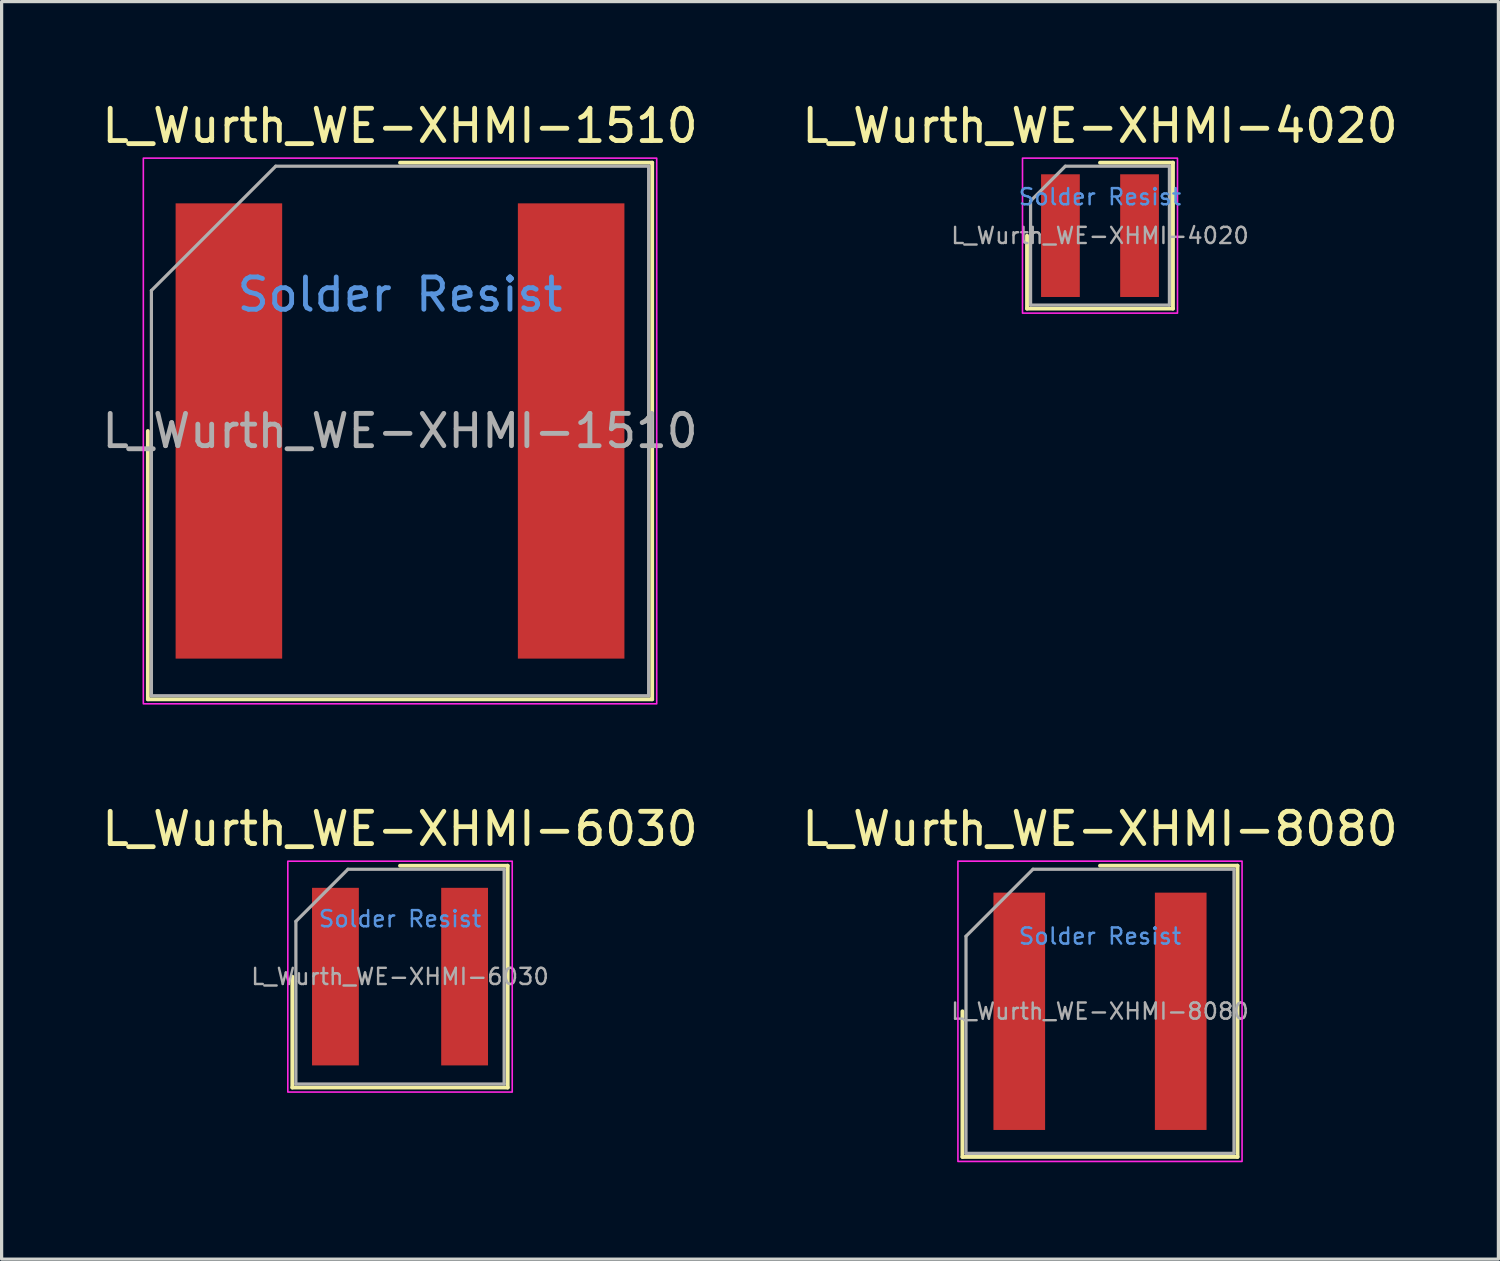
<source format=kicad_pcb>
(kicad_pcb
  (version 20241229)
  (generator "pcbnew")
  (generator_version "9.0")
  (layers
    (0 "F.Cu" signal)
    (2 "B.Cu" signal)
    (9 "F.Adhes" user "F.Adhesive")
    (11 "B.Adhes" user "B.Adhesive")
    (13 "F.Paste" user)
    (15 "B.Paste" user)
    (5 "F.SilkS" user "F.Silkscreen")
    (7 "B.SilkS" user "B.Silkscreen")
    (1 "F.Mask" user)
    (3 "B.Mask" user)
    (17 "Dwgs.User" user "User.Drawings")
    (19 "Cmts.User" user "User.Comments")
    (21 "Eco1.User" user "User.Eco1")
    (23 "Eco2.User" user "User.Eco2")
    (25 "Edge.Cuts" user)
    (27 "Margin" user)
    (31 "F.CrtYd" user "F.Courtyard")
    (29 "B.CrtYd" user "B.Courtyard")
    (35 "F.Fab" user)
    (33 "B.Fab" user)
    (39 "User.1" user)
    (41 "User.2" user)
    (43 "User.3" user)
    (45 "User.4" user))
  (footprint "L_Wurth_WE-XHMI-4020"
    (layer "F.Cu")
    (at 31.018 4.248)
    (property "Reference" "L_Wurth_WE-XHMI-4020" (at 0 -3.4 0) (unlocked yes) (layer "F.SilkS") (effects (font (size 1 1) (thickness 0.15))))
    (attr smd)
    (fp_line (start -2.26 2.26) (end -2.26 0) (stroke (width 0.12) (type solid)) (layer "F.SilkS"))
    (fp_line (start -2.26 2.26) (end 2.26 2.26) (stroke (width 0.12) (type solid)) (layer "F.SilkS"))
    (fp_line (start 0 -2.26) (end 2.26 -2.26) (stroke (width 0.12) (type solid)) (layer "F.SilkS"))
    (fp_line (start 2.26 -2.26) (end 2.26 2.26) (stroke (width 0.12) (type solid)) (layer "F.SilkS"))
    (fp_rect (start -2.4 -2.4) (end 2.4 2.4) (stroke (width 0.05) (type solid)) (fill no) (layer "F.CrtYd"))
    (fp_line (start -2.15 -1.075) (end -2.15 2.15) (stroke (width 0.1) (type solid)) (layer "F.Fab"))
    (fp_line (start -2.15 2.15) (end 2.15 2.15) (stroke (width 0.1) (type solid)) (layer "F.Fab"))
    (fp_line (start -1.075 -2.15) (end -2.15 -1.075) (stroke (width 0.1) (type solid)) (layer "F.Fab"))
    (fp_line (start 2.15 -2.15) (end -1.075 -2.15) (stroke (width 0.1) (type solid)) (layer "F.Fab"))
    (fp_line (start 2.15 2.15) (end 2.15 -2.15) (stroke (width 0.1) (type solid)) (layer "F.Fab"))
    (fp_text user "Solder Resist" (at 0 -1.2 0) (unlocked yes) (layer "Cmts.User") (effects (font (size 0.5 0.5) (thickness 0.075))))
    (fp_text user "${REFERENCE}" (at 0 0 0) (unlocked yes) (layer "F.Fab") (effects (font (size 0.5 0.5) (thickness 0.075))))
    (pad "1" smd rect (at -1.225 0) (size 1.2 3.8) (layers "F.Cu" "F.Mask" "F.Paste"))
    (pad "2" smd rect (at 1.225 0) (size 1.2 3.8) (layers "F.Cu" "F.Mask" "F.Paste"))
    (zone (net_name "") (layers "F.Cu" "Dwgs.User") (name "Solder Resist") (hatch full 0.1) (connect_pads) (min_thickness 0.25) (filled_areas_thickness no) (keepout (tracks not_allowed) (vias not_allowed) (pads not_allowed) (copperpour not_allowed) (footprints not_allowed)) (placement (enabled no)) (fill) (polygon (pts (xy 30.393 6.648) (xy 31.643 6.648) (xy 31.643 1.848) (xy 30.393 1.848)))))
  (footprint "L_Wurth_WE-XHMI-6030"
    (layer "F.Cu")
    (at 9.339 27.197)
    (property "Reference" "L_Wurth_WE-XHMI-6030" (at 0 -4.575 0) (unlocked yes) (layer "F.SilkS") (effects (font (size 1 1) (thickness 0.15))))
    (attr smd)
    (fp_line (start -3.335 3.435) (end -3.335 0) (stroke (width 0.12) (type solid)) (layer "F.SilkS"))
    (fp_line (start -3.335 3.435) (end 3.335 3.435) (stroke (width 0.12) (type solid)) (layer "F.SilkS"))
    (fp_line (start 0 -3.435) (end 3.335 -3.435) (stroke (width 0.12) (type solid)) (layer "F.SilkS"))
    (fp_line (start 3.335 -3.435) (end 3.335 3.435) (stroke (width 0.12) (type solid)) (layer "F.SilkS"))
    (fp_rect (start -3.475 -3.575) (end 3.475 3.575) (stroke (width 0.05) (type solid)) (fill no) (layer "F.CrtYd"))
    (fp_line (start -3.225 -1.712) (end -3.225 3.325) (stroke (width 0.1) (type solid)) (layer "F.Fab"))
    (fp_line (start -3.225 3.325) (end 3.225 3.325) (stroke (width 0.1) (type solid)) (layer "F.Fab"))
    (fp_line (start -1.613 -3.325) (end -3.225 -1.712) (stroke (width 0.1) (type solid)) (layer "F.Fab"))
    (fp_line (start 3.225 -3.325) (end -1.613 -3.325) (stroke (width 0.1) (type solid)) (layer "F.Fab"))
    (fp_line (start 3.225 3.325) (end 3.225 -3.325) (stroke (width 0.1) (type solid)) (layer "F.Fab"))
    (fp_text user "Solder Resist" (at 0 -1.788 0) (unlocked yes) (layer "Cmts.User") (effects (font (size 0.5 0.5) (thickness 0.075))))
    (fp_text user "${REFERENCE}" (at 0 0 0) (unlocked yes) (layer "F.Fab") (effects (font (size 0.5 0.5) (thickness 0.075))))
    (pad "1" smd rect (at -2 0) (size 1.45 5.5) (layers "F.Cu" "F.Mask" "F.Paste"))
    (pad "2" smd rect (at 2 0) (size 1.45 5.5) (layers "F.Cu" "F.Mask" "F.Paste"))
    (zone (net_name "") (layers "F.Cu" "Dwgs.User") (name "Solder Resist") (hatch full 0.1) (connect_pads) (min_thickness 0.25) (filled_areas_thickness no) (keepout (tracks not_allowed) (vias not_allowed) (pads not_allowed) (copperpour not_allowed) (footprints not_allowed)) (placement (enabled no)) (fill) (polygon (pts (xy 8.064 30.771) (xy 10.614 30.771) (xy 10.614 23.622) (xy 8.064 23.622)))))
  (footprint "L_Wurth_WE-XHMI-8080"
    (layer "F.Cu")
    (at 31.018 28.271)
    (property "Reference" "L_Wurth_WE-XHMI-8080" (at 0 -5.65 0) (unlocked yes) (layer "F.SilkS") (effects (font (size 1 1) (thickness 0.15))))
    (attr smd)
    (fp_line (start -4.26 4.51) (end -4.26 0) (stroke (width 0.12) (type solid)) (layer "F.SilkS"))
    (fp_line (start -4.26 4.51) (end 4.26 4.51) (stroke (width 0.12) (type solid)) (layer "F.SilkS"))
    (fp_line (start 0 -4.51) (end 4.26 -4.51) (stroke (width 0.12) (type solid)) (layer "F.SilkS"))
    (fp_line (start 4.26 -4.51) (end 4.26 4.51) (stroke (width 0.12) (type solid)) (layer "F.SilkS"))
    (fp_rect (start -4.4 -4.65) (end 4.4 4.65) (stroke (width 0.05) (type solid)) (fill no) (layer "F.CrtYd"))
    (fp_line (start -4.15 -2.325) (end -4.15 4.4) (stroke (width 0.1) (type solid)) (layer "F.Fab"))
    (fp_line (start -4.15 4.4) (end 4.15 4.4) (stroke (width 0.1) (type solid)) (layer "F.Fab"))
    (fp_line (start -2.075 -4.4) (end -4.15 -2.325) (stroke (width 0.1) (type solid)) (layer "F.Fab"))
    (fp_line (start 4.15 -4.4) (end -2.075 -4.4) (stroke (width 0.1) (type solid)) (layer "F.Fab"))
    (fp_line (start 4.15 4.4) (end 4.15 -4.4) (stroke (width 0.1) (type solid)) (layer "F.Fab"))
    (fp_text user "Solder Resist" (at 0 -2.325 0) (unlocked yes) (layer "Cmts.User") (effects (font (size 0.5 0.5) (thickness 0.075))))
    (fp_text user "${REFERENCE}" (at 0 0 0) (unlocked yes) (layer "F.Fab") (effects (font (size 0.5 0.5) (thickness 0.075))))
    (pad "1" smd rect (at -2.5 0) (size 1.6 7.35) (layers "F.Cu" "F.Mask" "F.Paste"))
    (pad "2" smd rect (at 2.5 0) (size 1.6 7.35) (layers "F.Cu" "F.Mask" "F.Paste"))
    (zone (net_name "") (layers "F.Cu" "Dwgs.User") (name "Solder Resist") (hatch full 0.1) (connect_pads) (min_thickness 0.25) (filled_areas_thickness no) (keepout (tracks not_allowed) (vias not_allowed) (pads not_allowed) (copperpour not_allowed) (footprints not_allowed)) (placement (enabled no)) (fill) (polygon (pts (xy 29.318 32.922) (xy 32.718 32.922) (xy 32.718 23.622) (xy 29.318 23.622)))))
  (footprint "L_Wurth_WE-XHMI-1510"
    (layer "F.Cu")
    (at 9.339 10.298)
    (property "Reference" "L_Wurth_WE-XHMI-1510" (at 0 -9.45 0) (unlocked yes) (layer "F.SilkS") (effects (font (size 1 1) (thickness 0.15))))
    (attr smd)
    (fp_line (start -7.81 8.31) (end -7.81 0) (stroke (width 0.12) (type solid)) (layer "F.SilkS"))
    (fp_line (start -7.81 8.31) (end 7.81 8.31) (stroke (width 0.12) (type solid)) (layer "F.SilkS"))
    (fp_line (start 0 -8.31) (end 7.81 -8.31) (stroke (width 0.12) (type solid)) (layer "F.SilkS"))
    (fp_line (start 7.81 -8.31) (end 7.81 8.31) (stroke (width 0.12) (type solid)) (layer "F.SilkS"))
    (fp_rect (start -7.95 -8.45) (end 7.95 8.45) (stroke (width 0.05) (type solid)) (fill no) (layer "F.CrtYd"))
    (fp_line (start -7.7 -4.35) (end -7.7 8.2) (stroke (width 0.1) (type solid)) (layer "F.Fab"))
    (fp_line (start -7.7 8.2) (end 7.7 8.2) (stroke (width 0.1) (type solid)) (layer "F.Fab"))
    (fp_line (start -3.85 -8.2) (end -7.7 -4.35) (stroke (width 0.1) (type solid)) (layer "F.Fab"))
    (fp_line (start 7.7 -8.2) (end -3.85 -8.2) (stroke (width 0.1) (type solid)) (layer "F.Fab"))
    (fp_line (start 7.7 8.2) (end 7.7 -8.2) (stroke (width 0.1) (type solid)) (layer "F.Fab"))
    (fp_text user "Solder Resist" (at 0 -4.225 0) (unlocked yes) (layer "Cmts.User") (effects (font (size 1 1) (thickness 0.15))))
    (fp_text user "${REFERENCE}" (at 0 0 0) (unlocked yes) (layer "F.Fab") (effects (font (size 1 1) (thickness 0.15))))
    (pad "1" smd rect (at -5.3 0) (size 3.3 14.1) (layers "F.Cu" "F.Mask" "F.Paste"))
    (pad "2" smd rect (at 5.3 0) (size 3.3 14.1) (layers "F.Cu" "F.Mask" "F.Paste"))
    (zone (net_name "") (layers "F.Cu" "Dwgs.User") (name "Solder Resist") (hatch full 0.1) (connect_pads) (min_thickness 0.25) (filled_areas_thickness no) (keepout (tracks not_allowed) (vias not_allowed) (pads not_allowed) (copperpour not_allowed) (footprints not_allowed)) (placement (enabled no)) (fill) (polygon (pts (xy 5.689 18.748) (xy 12.989 18.748) (xy 12.989 1.848) (xy 5.689 1.848)))))
  (gr_rect
    (start -3 -3)
    (end 43.357 35.947)
    (stroke (width 0.1) (type default))
    (fill no)
    (layer "Edge.Cuts")))
</source>
